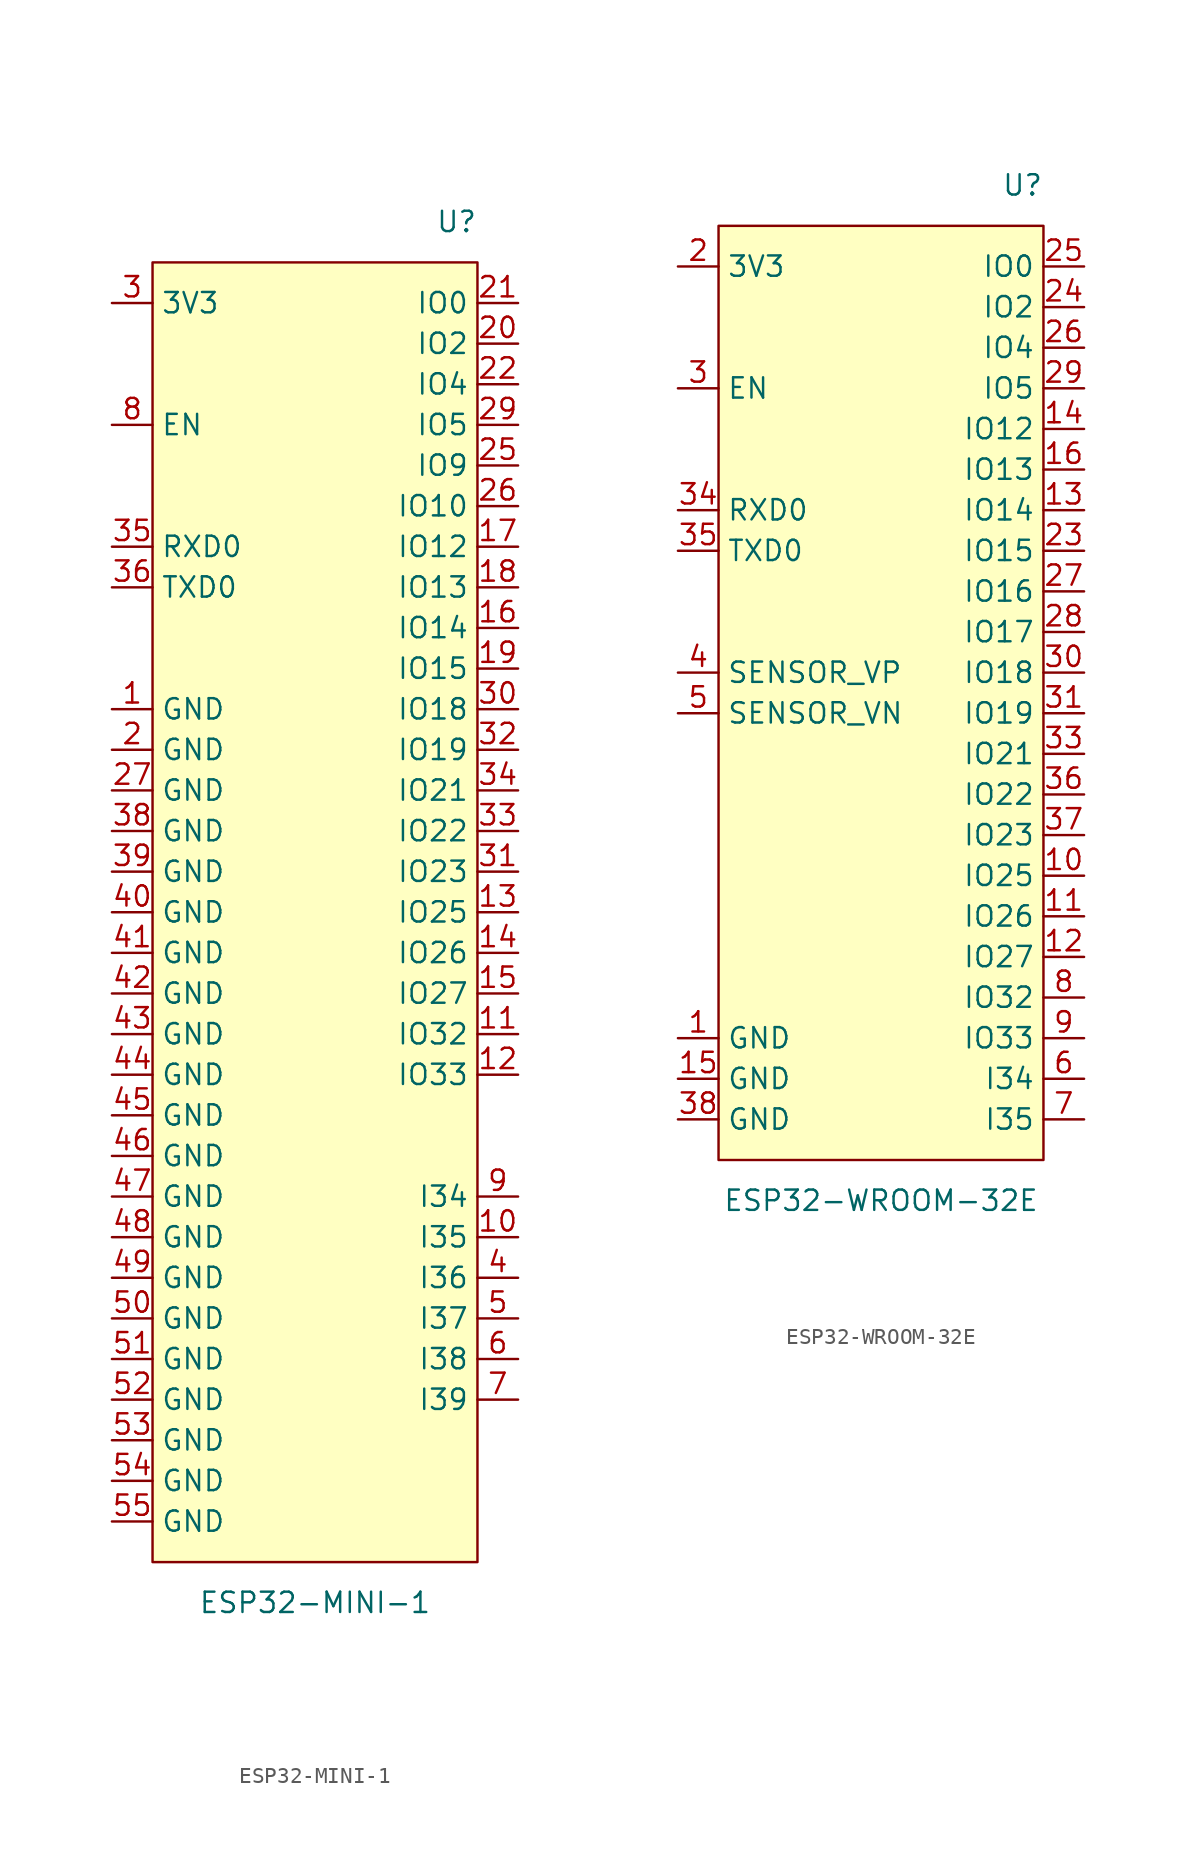
<source format=kicad_sym>
(kicad_symbol_lib
  (version 20231120)
  (generator "kicad_symbol_editor")
  (generator_version "8.0")
  (symbol "ESP32-MINI-1"
    (property "Reference" "U"
      (at 10.16 43.18 0)
      (effects (font (size 1.27 1.27)) (justify right)))
    (property "Value" "ESP32-MINI-1"
      (at 0 -43.18 0)
      (effects (font (size 1.27 1.27))))
    (symbol "ESP32-MINI-1_0_0"
      (pin power_in line (at -12.7 12.7 0) (length 2.54) (name "GND" (effects (font (size 1.27 1.27)))) (number "1" (effects (font (size 1.27 1.27)))))
      (pin input line (at 12.7 -20.32 180) (length 2.54) (name "I35" (effects (font (size 1.27 1.27)))) (number "10" (effects (font (size 1.27 1.27)))))
      (pin bidirectional line (at 12.7 -7.62 180) (length 2.54) (name "IO32" (effects (font (size 1.27 1.27)))) (number "11" (effects (font (size 1.27 1.27)))))
      (pin bidirectional line (at 12.7 -10.16 180) (length 2.54) (name "IO33" (effects (font (size 1.27 1.27)))) (number "12" (effects (font (size 1.27 1.27)))))
      (pin bidirectional line (at 12.7 0 180) (length 2.54) (name "IO25" (effects (font (size 1.27 1.27)))) (number "13" (effects (font (size 1.27 1.27)))))
      (pin bidirectional line (at 12.7 -2.54 180) (length 2.54) (name "IO26" (effects (font (size 1.27 1.27)))) (number "14" (effects (font (size 1.27 1.27)))))
      (pin bidirectional line (at 12.7 -5.08 180) (length 2.54) (name "IO27" (effects (font (size 1.27 1.27)))) (number "15" (effects (font (size 1.27 1.27)))))
      (pin bidirectional line (at 12.7 17.78 180) (length 2.54) (name "IO14" (effects (font (size 1.27 1.27)))) (number "16" (effects (font (size 1.27 1.27)))))
      (pin bidirectional line (at 12.7 22.86 180) (length 2.54) (name "IO12" (effects (font (size 1.27 1.27)))) (number "17" (effects (font (size 1.27 1.27)))))
      (pin bidirectional line (at 12.7 20.32 180) (length 2.54) (name "IO13" (effects (font (size 1.27 1.27)))) (number "18" (effects (font (size 1.27 1.27)))))
      (pin bidirectional line (at 12.7 15.24 180) (length 2.54) (name "IO15" (effects (font (size 1.27 1.27)))) (number "19" (effects (font (size 1.27 1.27)))))
      (pin power_in line (at -12.7 10.16 0) (length 2.54) (name "GND" (effects (font (size 1.27 1.27)))) (number "2" (effects (font (size 1.27 1.27)))))
      (pin bidirectional line (at 12.7 35.56 180) (length 2.54) (name "IO2" (effects (font (size 1.27 1.27)))) (number "20" (effects (font (size 1.27 1.27)))))
      (pin bidirectional line (at 12.7 38.1 180) (length 2.54) (name "IO0" (effects (font (size 1.27 1.27)))) (number "21" (effects (font (size 1.27 1.27)))))
      (pin bidirectional line (at 12.7 33.02 180) (length 2.54) (name "IO4" (effects (font (size 1.27 1.27)))) (number "22" (effects (font (size 1.27 1.27)))))
      (pin bidirectional line (at 12.7 27.94 180) (length 2.54) (name "IO9" (effects (font (size 1.27 1.27)))) (number "25" (effects (font (size 1.27 1.27)))))
      (pin bidirectional line (at 12.7 25.4 180) (length 2.54) (name "IO10" (effects (font (size 1.27 1.27)))) (number "26" (effects (font (size 1.27 1.27)))))
      (pin power_in line (at -12.7 7.62 0) (length 2.54) (name "GND" (effects (font (size 1.27 1.27)))) (number "27" (effects (font (size 1.27 1.27)))))
      (pin bidirectional line (at 12.7 30.48 180) (length 2.54) (name "IO5" (effects (font (size 1.27 1.27)))) (number "29" (effects (font (size 1.27 1.27)))))
      (pin power_in line (at -12.7 38.1 0) (length 2.54) (name "3V3" (effects (font (size 1.27 1.27)))) (number "3" (effects (font (size 1.27 1.27)))))
      (pin bidirectional line (at 12.7 12.7 180) (length 2.54) (name "IO18" (effects (font (size 1.27 1.27)))) (number "30" (effects (font (size 1.27 1.27)))))
      (pin bidirectional line (at 12.7 2.54 180) (length 2.54) (name "IO23" (effects (font (size 1.27 1.27)))) (number "31" (effects (font (size 1.27 1.27)))))
      (pin bidirectional line (at 12.7 10.16 180) (length 2.54) (name "IO19" (effects (font (size 1.27 1.27)))) (number "32" (effects (font (size 1.27 1.27)))))
      (pin bidirectional line (at 12.7 5.08 180) (length 2.54) (name "IO22" (effects (font (size 1.27 1.27)))) (number "33" (effects (font (size 1.27 1.27)))))
      (pin bidirectional line (at 12.7 7.62 180) (length 2.54) (name "IO21" (effects (font (size 1.27 1.27)))) (number "34" (effects (font (size 1.27 1.27)))))
      (pin bidirectional line (at -12.7 22.86 0) (length 2.54) (name "RXD0" (effects (font (size 1.27 1.27)))) (number "35" (effects (font (size 1.27 1.27)))))
      (pin bidirectional line (at -12.7 20.32 0) (length 2.54) (name "TXD0" (effects (font (size 1.27 1.27)))) (number "36" (effects (font (size 1.27 1.27)))))
      (pin power_in line (at -12.7 5.08 0) (length 2.54) (name "GND" (effects (font (size 1.27 1.27)))) (number "38" (effects (font (size 1.27 1.27)))))
      (pin power_in line (at -12.7 2.54 0) (length 2.54) (name "GND" (effects (font (size 1.27 1.27)))) (number "39" (effects (font (size 1.27 1.27)))))
      (pin input line (at 12.7 -22.86 180) (length 2.54) (name "I36" (effects (font (size 1.27 1.27)))) (number "4" (effects (font (size 1.27 1.27)))))
      (pin power_in line (at -12.7 0 0) (length 2.54) (name "GND" (effects (font (size 1.27 1.27)))) (number "40" (effects (font (size 1.27 1.27)))))
      (pin power_in line (at -12.7 -2.54 0) (length 2.54) (name "GND" (effects (font (size 1.27 1.27)))) (number "41" (effects (font (size 1.27 1.27)))))
      (pin power_in line (at -12.7 -5.08 0) (length 2.54) (name "GND" (effects (font (size 1.27 1.27)))) (number "42" (effects (font (size 1.27 1.27)))))
      (pin power_in line (at -12.7 -7.62 0) (length 2.54) (name "GND" (effects (font (size 1.27 1.27)))) (number "43" (effects (font (size 1.27 1.27)))))
      (pin power_in line (at -12.7 -10.16 0) (length 2.54) (name "GND" (effects (font (size 1.27 1.27)))) (number "44" (effects (font (size 1.27 1.27)))))
      (pin power_in line (at -12.7 -12.7 0) (length 2.54) (name "GND" (effects (font (size 1.27 1.27)))) (number "45" (effects (font (size 1.27 1.27)))))
      (pin power_in line (at -12.7 -15.24 0) (length 2.54) (name "GND" (effects (font (size 1.27 1.27)))) (number "46" (effects (font (size 1.27 1.27)))))
      (pin power_in line (at -12.7 -17.78 0) (length 2.54) (name "GND" (effects (font (size 1.27 1.27)))) (number "47" (effects (font (size 1.27 1.27)))))
      (pin power_in line (at -12.7 -20.32 0) (length 2.54) (name "GND" (effects (font (size 1.27 1.27)))) (number "48" (effects (font (size 1.27 1.27)))))
      (pin power_in line (at -12.7 -22.86 0) (length 2.54) (name "GND" (effects (font (size 1.27 1.27)))) (number "49" (effects (font (size 1.27 1.27)))))
      (pin input line (at 12.7 -25.4 180) (length 2.54) (name "I37" (effects (font (size 1.27 1.27)))) (number "5" (effects (font (size 1.27 1.27)))))
      (pin power_in line (at -12.7 -25.4 0) (length 2.54) (name "GND" (effects (font (size 1.27 1.27)))) (number "50" (effects (font (size 1.27 1.27)))))
      (pin power_in line (at -12.7 -27.94 0) (length 2.54) (name "GND" (effects (font (size 1.27 1.27)))) (number "51" (effects (font (size 1.27 1.27)))))
      (pin power_in line (at -12.7 -30.48 0) (length 2.54) (name "GND" (effects (font (size 1.27 1.27)))) (number "52" (effects (font (size 1.27 1.27)))))
      (pin power_in line (at -12.7 -33.02 0) (length 2.54) (name "GND" (effects (font (size 1.27 1.27)))) (number "53" (effects (font (size 1.27 1.27)))))
      (pin power_in line (at -12.7 -35.56 0) (length 2.54) (name "GND" (effects (font (size 1.27 1.27)))) (number "54" (effects (font (size 1.27 1.27)))))
      (pin power_in line (at -12.7 -38.1 0) (length 2.54) (name "GND" (effects (font (size 1.27 1.27)))) (number "55" (effects (font (size 1.27 1.27)))))
      (pin input line (at 12.7 -27.94 180) (length 2.54) (name "I38" (effects (font (size 1.27 1.27)))) (number "6" (effects (font (size 1.27 1.27)))))
      (pin input line (at 12.7 -30.48 180) (length 2.54) (name "I39" (effects (font (size 1.27 1.27)))) (number "7" (effects (font (size 1.27 1.27)))))
      (pin input line (at -12.7 30.48 0) (length 2.54) (name "EN" (effects (font (size 1.27 1.27)))) (number "8" (effects (font (size 1.27 1.27)))))
      (pin input line (at 12.7 -17.78 180) (length 2.54) (name "I34" (effects (font (size 1.27 1.27)))) (number "9" (effects (font (size 1.27 1.27))))))
    (symbol "ESP32-MINI-1_1_0"
      (pin no_connect line (at 0 0 0) (length 2.54) hide (name "NC" (effects (font (size 1.27 1.27)))) (number "23" (effects (font (size 1.27 1.27)))))
      (pin no_connect line (at 0 0 0) (length 2.54) hide (name "NC" (effects (font (size 1.27 1.27)))) (number "24" (effects (font (size 1.27 1.27)))))
      (pin no_connect line (at 0 0 0) (length 2.54) hide (name "NC" (effects (font (size 1.27 1.27)))) (number "28" (effects (font (size 1.27 1.27)))))
      (pin no_connect line (at 0 0 0) (length 2.54) hide (name "NC" (effects (font (size 1.27 1.27)))) (number "37" (effects (font (size 1.27 1.27))))))
    (symbol "ESP32-MINI-1_1_1"
      (rectangle (start -10.16 40.64) (end 10.16 -40.64) (stroke (width 0) (type default)) (fill (type background)))))
  (symbol "ESP32-WROOM-32E"
    (property "Reference" "U"
      (at 10.16 31.75 0)
      (effects (font (size 1.27 1.27)) (justify right)))
    (property "Value" "ESP32-WROOM-32E"
      (at 0 -31.75 0)
      (effects (font (size 1.27 1.27))))
    (symbol "ESP32-WROOM-32E_0_0"
      (pin power_in line (at -12.7 -21.59 0) (length 2.54) (name "GND" (effects (font (size 1.27 1.27)))) (number "1" (effects (font (size 1.27 1.27)))))
      (pin bidirectional line (at 12.7 -11.43 180) (length 2.54) (name "IO25" (effects (font (size 1.27 1.27)))) (number "10" (effects (font (size 1.27 1.27)))))
      (pin bidirectional line (at 12.7 -13.97 180) (length 2.54) (name "IO26" (effects (font (size 1.27 1.27)))) (number "11" (effects (font (size 1.27 1.27)))))
      (pin bidirectional line (at 12.7 -16.51 180) (length 2.54) (name "IO27" (effects (font (size 1.27 1.27)))) (number "12" (effects (font (size 1.27 1.27)))))
      (pin bidirectional line (at 12.7 11.43 180) (length 2.54) (name "IO14" (effects (font (size 1.27 1.27)))) (number "13" (effects (font (size 1.27 1.27)))))
      (pin bidirectional line (at 12.7 16.51 180) (length 2.54) (name "IO12" (effects (font (size 1.27 1.27)))) (number "14" (effects (font (size 1.27 1.27)))))
      (pin power_in line (at -12.7 -24.13 0) (length 2.54) (name "GND" (effects (font (size 1.27 1.27)))) (number "15" (effects (font (size 1.27 1.27)))))
      (pin bidirectional line (at 12.7 13.97 180) (length 2.54) (name "IO13" (effects (font (size 1.27 1.27)))) (number "16" (effects (font (size 1.27 1.27)))))
      (pin power_in line (at -12.7 26.67 0) (length 2.54) (name "3V3" (effects (font (size 1.27 1.27)))) (number "2" (effects (font (size 1.27 1.27)))))
      (pin bidirectional line (at 12.7 8.89 180) (length 2.54) (name "IO15" (effects (font (size 1.27 1.27)))) (number "23" (effects (font (size 1.27 1.27)))))
      (pin bidirectional line (at 12.7 24.13 180) (length 2.54) (name "IO2" (effects (font (size 1.27 1.27)))) (number "24" (effects (font (size 1.27 1.27)))))
      (pin bidirectional line (at 12.7 26.67 180) (length 2.54) (name "IO0" (effects (font (size 1.27 1.27)))) (number "25" (effects (font (size 1.27 1.27)))))
      (pin bidirectional line (at 12.7 21.59 180) (length 2.54) (name "IO4" (effects (font (size 1.27 1.27)))) (number "26" (effects (font (size 1.27 1.27)))))
      (pin bidirectional line (at 12.7 6.35 180) (length 2.54) (name "IO16" (effects (font (size 1.27 1.27)))) (number "27" (effects (font (size 1.27 1.27)))))
      (pin bidirectional line (at 12.7 3.81 180) (length 2.54) (name "IO17" (effects (font (size 1.27 1.27)))) (number "28" (effects (font (size 1.27 1.27)))))
      (pin bidirectional line (at 12.7 19.05 180) (length 2.54) (name "IO5" (effects (font (size 1.27 1.27)))) (number "29" (effects (font (size 1.27 1.27)))))
      (pin input line (at -12.7 19.05 0) (length 2.54) (name "EN" (effects (font (size 1.27 1.27)))) (number "3" (effects (font (size 1.27 1.27)))))
      (pin bidirectional line (at 12.7 1.27 180) (length 2.54) (name "IO18" (effects (font (size 1.27 1.27)))) (number "30" (effects (font (size 1.27 1.27)))))
      (pin bidirectional line (at 12.7 -1.27 180) (length 2.54) (name "IO19" (effects (font (size 1.27 1.27)))) (number "31" (effects (font (size 1.27 1.27)))))
      (pin bidirectional line (at 12.7 -3.81 180) (length 2.54) (name "IO21" (effects (font (size 1.27 1.27)))) (number "33" (effects (font (size 1.27 1.27)))))
      (pin bidirectional line (at -12.7 11.43 0) (length 2.54) (name "RXD0" (effects (font (size 1.27 1.27)))) (number "34" (effects (font (size 1.27 1.27)))))
      (pin bidirectional line (at -12.7 8.89 0) (length 2.54) (name "TXD0" (effects (font (size 1.27 1.27)))) (number "35" (effects (font (size 1.27 1.27)))))
      (pin bidirectional line (at 12.7 -6.35 180) (length 2.54) (name "IO22" (effects (font (size 1.27 1.27)))) (number "36" (effects (font (size 1.27 1.27)))))
      (pin bidirectional line (at 12.7 -8.89 180) (length 2.54) (name "IO23" (effects (font (size 1.27 1.27)))) (number "37" (effects (font (size 1.27 1.27)))))
      (pin power_in line (at -12.7 -26.67 0) (length 2.54) (name "GND" (effects (font (size 1.27 1.27)))) (number "38" (effects (font (size 1.27 1.27)))))
      (pin input line (at -12.7 1.27 0) (length 2.54) (name "SENSOR_VP" (effects (font (size 1.27 1.27)))) (number "4" (effects (font (size 1.27 1.27)))))
      (pin input line (at -12.7 -1.27 0) (length 2.54) (name "SENSOR_VN" (effects (font (size 1.27 1.27)))) (number "5" (effects (font (size 1.27 1.27)))))
      (pin input line (at 12.7 -24.13 180) (length 2.54) (name "I34" (effects (font (size 1.27 1.27)))) (number "6" (effects (font (size 1.27 1.27)))))
      (pin input line (at 12.7 -26.67 180) (length 2.54) (name "I35" (effects (font (size 1.27 1.27)))) (number "7" (effects (font (size 1.27 1.27)))))
      (pin bidirectional line (at 12.7 -19.05 180) (length 2.54) (name "IO32" (effects (font (size 1.27 1.27)))) (number "8" (effects (font (size 1.27 1.27)))))
      (pin bidirectional line (at 12.7 -21.59 180) (length 2.54) (name "IO33" (effects (font (size 1.27 1.27)))) (number "9" (effects (font (size 1.27 1.27))))))
    (symbol "ESP32-WROOM-32E_1_0"
      (pin no_connect line (at 0 0 0) (length 2.54) hide (name "NC" (effects (font (size 1.27 1.27)))) (number "17" (effects (font (size 1.27 1.27)))))
      (pin no_connect line (at 0 0 0) (length 2.54) hide (name "NC" (effects (font (size 1.27 1.27)))) (number "18" (effects (font (size 1.27 1.27)))))
      (pin no_connect line (at 0 0 0) (length 2.54) hide (name "NC" (effects (font (size 1.27 1.27)))) (number "19" (effects (font (size 1.27 1.27)))))
      (pin no_connect line (at 0 0 0) (length 2.54) hide (name "NC" (effects (font (size 1.27 1.27)))) (number "20" (effects (font (size 1.27 1.27)))))
      (pin no_connect line (at 0 0 0) (length 2.54) hide (name "NC" (effects (font (size 1.27 1.27)))) (number "21" (effects (font (size 1.27 1.27)))))
      (pin no_connect line (at 0 0 0) (length 2.54) hide (name "NC" (effects (font (size 1.27 1.27)))) (number "22" (effects (font (size 1.27 1.27)))))
      (pin no_connect line (at 0 0 0) (length 2.54) hide (name "NC" (effects (font (size 1.27 1.27)))) (number "32" (effects (font (size 1.27 1.27))))))
    (symbol "ESP32-WROOM-32E_1_1"
      (rectangle (start -10.16 29.21) (end 10.16 -29.21) (stroke (width 0) (type default)) (fill (type background))))))
</source>
